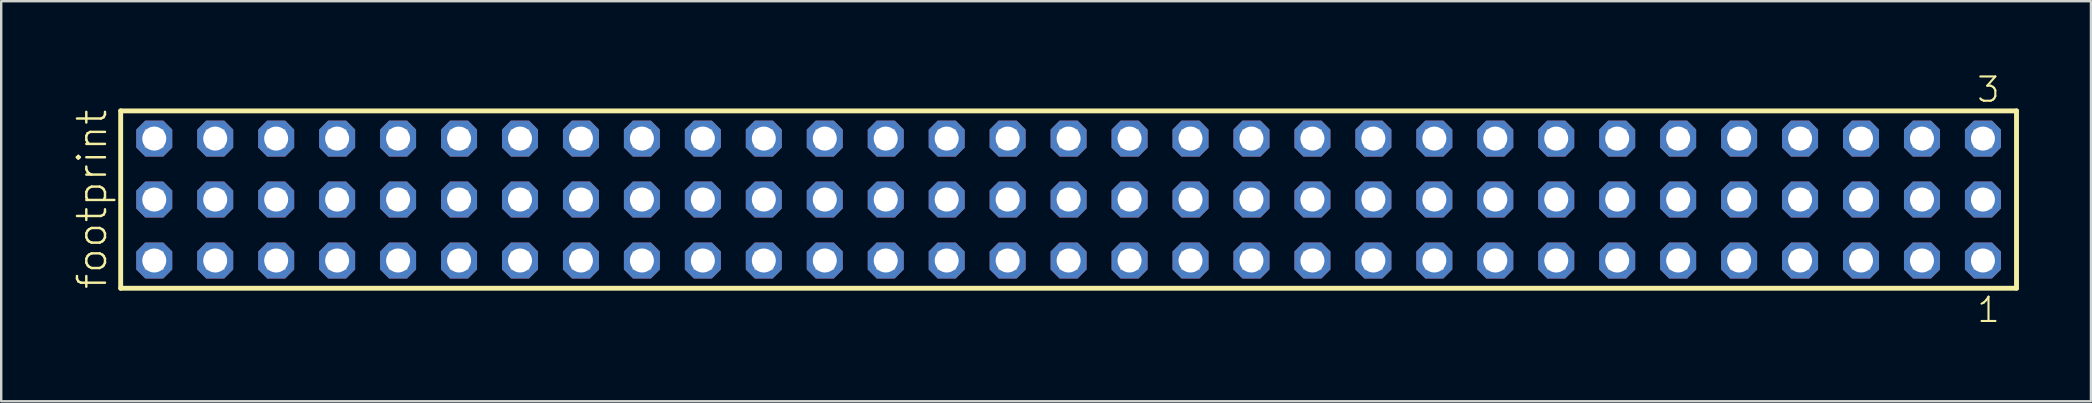
<source format=kicad_pcb>
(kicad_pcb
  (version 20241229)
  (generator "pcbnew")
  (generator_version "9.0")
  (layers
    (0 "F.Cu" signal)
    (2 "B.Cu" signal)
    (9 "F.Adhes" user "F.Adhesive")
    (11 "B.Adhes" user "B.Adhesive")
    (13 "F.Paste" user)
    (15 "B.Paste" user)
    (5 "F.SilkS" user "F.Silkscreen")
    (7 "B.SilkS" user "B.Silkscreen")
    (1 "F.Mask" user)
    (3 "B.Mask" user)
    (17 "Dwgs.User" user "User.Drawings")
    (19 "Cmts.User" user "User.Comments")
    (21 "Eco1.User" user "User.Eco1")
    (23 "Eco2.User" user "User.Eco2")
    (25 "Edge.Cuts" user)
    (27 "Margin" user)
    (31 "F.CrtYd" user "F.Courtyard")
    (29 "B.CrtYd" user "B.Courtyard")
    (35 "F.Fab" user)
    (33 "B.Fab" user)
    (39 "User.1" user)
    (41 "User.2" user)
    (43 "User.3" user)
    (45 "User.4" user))
  (footprint "footprint"
    (layer "F.Cu")
    (at 41.478 5.265)
    (property "Reference" "footprint" (at -40.005 3.81 90) (layer "F.SilkS") (effects (font (size 1.168 1.168) (thickness 0.102)) (justify left bottom)))
    (fp_line (start -39.499 -3.695) (end 39.499 -3.695) (stroke (width 0.203) (type solid)) (layer "F.SilkS"))
    (fp_line (start -39.499 3.695) (end -39.499 -3.695) (stroke (width 0.203) (type solid)) (layer "F.SilkS"))
    (fp_line (start 39.499 -3.695) (end 39.499 3.695) (stroke (width 0.203) (type solid)) (layer "F.SilkS"))
    (fp_line (start 39.499 3.695) (end -39.499 3.695) (stroke (width 0.203) (type solid)) (layer "F.SilkS"))
    (fp_poly (pts (xy -38.45 -2.19) (xy -37.75 -2.19) (xy -37.75 -2.89) (xy -38.45 -2.89)) (stroke (width 0.1) (type solid)) (fill no) (layer "F.Fab"))
    (fp_poly (pts (xy -38.45 0.35) (xy -37.75 0.35) (xy -37.75 -0.35) (xy -38.45 -0.35)) (stroke (width 0.1) (type solid)) (fill no) (layer "F.Fab"))
    (fp_poly (pts (xy -38.45 2.89) (xy -37.75 2.89) (xy -37.75 2.19) (xy -38.45 2.19)) (stroke (width 0.1) (type solid)) (fill no) (layer "F.Fab"))
    (fp_poly (pts (xy -35.91 -2.19) (xy -35.21 -2.19) (xy -35.21 -2.89) (xy -35.91 -2.89)) (stroke (width 0.1) (type solid)) (fill no) (layer "F.Fab"))
    (fp_poly (pts (xy -35.91 0.35) (xy -35.21 0.35) (xy -35.21 -0.35) (xy -35.91 -0.35)) (stroke (width 0.1) (type solid)) (fill no) (layer "F.Fab"))
    (fp_poly (pts (xy -35.91 2.89) (xy -35.21 2.89) (xy -35.21 2.19) (xy -35.91 2.19)) (stroke (width 0.1) (type solid)) (fill no) (layer "F.Fab"))
    (fp_poly (pts (xy -33.37 -2.19) (xy -32.67 -2.19) (xy -32.67 -2.89) (xy -33.37 -2.89)) (stroke (width 0.1) (type solid)) (fill no) (layer "F.Fab"))
    (fp_poly (pts (xy -33.37 0.35) (xy -32.67 0.35) (xy -32.67 -0.35) (xy -33.37 -0.35)) (stroke (width 0.1) (type solid)) (fill no) (layer "F.Fab"))
    (fp_poly (pts (xy -33.37 2.89) (xy -32.67 2.89) (xy -32.67 2.19) (xy -33.37 2.19)) (stroke (width 0.1) (type solid)) (fill no) (layer "F.Fab"))
    (fp_poly (pts (xy -30.83 -2.19) (xy -30.13 -2.19) (xy -30.13 -2.89) (xy -30.83 -2.89)) (stroke (width 0.1) (type solid)) (fill no) (layer "F.Fab"))
    (fp_poly (pts (xy -30.83 0.35) (xy -30.13 0.35) (xy -30.13 -0.35) (xy -30.83 -0.35)) (stroke (width 0.1) (type solid)) (fill no) (layer "F.Fab"))
    (fp_poly (pts (xy -30.83 2.89) (xy -30.13 2.89) (xy -30.13 2.19) (xy -30.83 2.19)) (stroke (width 0.1) (type solid)) (fill no) (layer "F.Fab"))
    (fp_poly (pts (xy -28.29 -2.19) (xy -27.59 -2.19) (xy -27.59 -2.89) (xy -28.29 -2.89)) (stroke (width 0.1) (type solid)) (fill no) (layer "F.Fab"))
    (fp_poly (pts (xy -28.29 0.35) (xy -27.59 0.35) (xy -27.59 -0.35) (xy -28.29 -0.35)) (stroke (width 0.1) (type solid)) (fill no) (layer "F.Fab"))
    (fp_poly (pts (xy -28.29 2.89) (xy -27.59 2.89) (xy -27.59 2.19) (xy -28.29 2.19)) (stroke (width 0.1) (type solid)) (fill no) (layer "F.Fab"))
    (fp_poly (pts (xy -25.75 -2.19) (xy -25.05 -2.19) (xy -25.05 -2.89) (xy -25.75 -2.89)) (stroke (width 0.1) (type solid)) (fill no) (layer "F.Fab"))
    (fp_poly (pts (xy -25.75 0.35) (xy -25.05 0.35) (xy -25.05 -0.35) (xy -25.75 -0.35)) (stroke (width 0.1) (type solid)) (fill no) (layer "F.Fab"))
    (fp_poly (pts (xy -25.75 2.89) (xy -25.05 2.89) (xy -25.05 2.19) (xy -25.75 2.19)) (stroke (width 0.1) (type solid)) (fill no) (layer "F.Fab"))
    (fp_poly (pts (xy -23.21 -2.19) (xy -22.51 -2.19) (xy -22.51 -2.89) (xy -23.21 -2.89)) (stroke (width 0.1) (type solid)) (fill no) (layer "F.Fab"))
    (fp_poly (pts (xy -23.21 0.35) (xy -22.51 0.35) (xy -22.51 -0.35) (xy -23.21 -0.35)) (stroke (width 0.1) (type solid)) (fill no) (layer "F.Fab"))
    (fp_poly (pts (xy -23.21 2.89) (xy -22.51 2.89) (xy -22.51 2.19) (xy -23.21 2.19)) (stroke (width 0.1) (type solid)) (fill no) (layer "F.Fab"))
    (fp_poly (pts (xy -20.67 -2.19) (xy -19.97 -2.19) (xy -19.97 -2.89) (xy -20.67 -2.89)) (stroke (width 0.1) (type solid)) (fill no) (layer "F.Fab"))
    (fp_poly (pts (xy -20.67 0.35) (xy -19.97 0.35) (xy -19.97 -0.35) (xy -20.67 -0.35)) (stroke (width 0.1) (type solid)) (fill no) (layer "F.Fab"))
    (fp_poly (pts (xy -20.67 2.89) (xy -19.97 2.89) (xy -19.97 2.19) (xy -20.67 2.19)) (stroke (width 0.1) (type solid)) (fill no) (layer "F.Fab"))
    (fp_poly (pts (xy -18.13 -2.19) (xy -17.43 -2.19) (xy -17.43 -2.89) (xy -18.13 -2.89)) (stroke (width 0.1) (type solid)) (fill no) (layer "F.Fab"))
    (fp_poly (pts (xy -18.13 0.35) (xy -17.43 0.35) (xy -17.43 -0.35) (xy -18.13 -0.35)) (stroke (width 0.1) (type solid)) (fill no) (layer "F.Fab"))
    (fp_poly (pts (xy -18.13 2.89) (xy -17.43 2.89) (xy -17.43 2.19) (xy -18.13 2.19)) (stroke (width 0.1) (type solid)) (fill no) (layer "F.Fab"))
    (fp_poly (pts (xy -15.59 -2.19) (xy -14.89 -2.19) (xy -14.89 -2.89) (xy -15.59 -2.89)) (stroke (width 0.1) (type solid)) (fill no) (layer "F.Fab"))
    (fp_poly (pts (xy -15.59 0.35) (xy -14.89 0.35) (xy -14.89 -0.35) (xy -15.59 -0.35)) (stroke (width 0.1) (type solid)) (fill no) (layer "F.Fab"))
    (fp_poly (pts (xy -15.59 2.89) (xy -14.89 2.89) (xy -14.89 2.19) (xy -15.59 2.19)) (stroke (width 0.1) (type solid)) (fill no) (layer "F.Fab"))
    (fp_poly (pts (xy -13.05 -2.19) (xy -12.35 -2.19) (xy -12.35 -2.89) (xy -13.05 -2.89)) (stroke (width 0.1) (type solid)) (fill no) (layer "F.Fab"))
    (fp_poly (pts (xy -13.05 0.35) (xy -12.35 0.35) (xy -12.35 -0.35) (xy -13.05 -0.35)) (stroke (width 0.1) (type solid)) (fill no) (layer "F.Fab"))
    (fp_poly (pts (xy -13.05 2.89) (xy -12.35 2.89) (xy -12.35 2.19) (xy -13.05 2.19)) (stroke (width 0.1) (type solid)) (fill no) (layer "F.Fab"))
    (fp_poly (pts (xy -10.51 -2.19) (xy -9.81 -2.19) (xy -9.81 -2.89) (xy -10.51 -2.89)) (stroke (width 0.1) (type solid)) (fill no) (layer "F.Fab"))
    (fp_poly (pts (xy -10.51 0.35) (xy -9.81 0.35) (xy -9.81 -0.35) (xy -10.51 -0.35)) (stroke (width 0.1) (type solid)) (fill no) (layer "F.Fab"))
    (fp_poly (pts (xy -10.51 2.89) (xy -9.81 2.89) (xy -9.81 2.19) (xy -10.51 2.19)) (stroke (width 0.1) (type solid)) (fill no) (layer "F.Fab"))
    (fp_poly (pts (xy -7.97 -2.19) (xy -7.27 -2.19) (xy -7.27 -2.89) (xy -7.97 -2.89)) (stroke (width 0.1) (type solid)) (fill no) (layer "F.Fab"))
    (fp_poly (pts (xy -7.97 0.35) (xy -7.27 0.35) (xy -7.27 -0.35) (xy -7.97 -0.35)) (stroke (width 0.1) (type solid)) (fill no) (layer "F.Fab"))
    (fp_poly (pts (xy -7.97 2.89) (xy -7.27 2.89) (xy -7.27 2.19) (xy -7.97 2.19)) (stroke (width 0.1) (type solid)) (fill no) (layer "F.Fab"))
    (fp_poly (pts (xy -5.43 -2.19) (xy -4.73 -2.19) (xy -4.73 -2.89) (xy -5.43 -2.89)) (stroke (width 0.1) (type solid)) (fill no) (layer "F.Fab"))
    (fp_poly (pts (xy -5.43 0.35) (xy -4.73 0.35) (xy -4.73 -0.35) (xy -5.43 -0.35)) (stroke (width 0.1) (type solid)) (fill no) (layer "F.Fab"))
    (fp_poly (pts (xy -5.43 2.89) (xy -4.73 2.89) (xy -4.73 2.19) (xy -5.43 2.19)) (stroke (width 0.1) (type solid)) (fill no) (layer "F.Fab"))
    (fp_poly (pts (xy -2.89 -2.19) (xy -2.19 -2.19) (xy -2.19 -2.89) (xy -2.89 -2.89)) (stroke (width 0.1) (type solid)) (fill no) (layer "F.Fab"))
    (fp_poly (pts (xy -2.89 0.35) (xy -2.19 0.35) (xy -2.19 -0.35) (xy -2.89 -0.35)) (stroke (width 0.1) (type solid)) (fill no) (layer "F.Fab"))
    (fp_poly (pts (xy -2.89 2.89) (xy -2.19 2.89) (xy -2.19 2.19) (xy -2.89 2.19)) (stroke (width 0.1) (type solid)) (fill no) (layer "F.Fab"))
    (fp_poly (pts (xy -0.35 -2.19) (xy 0.35 -2.19) (xy 0.35 -2.89) (xy -0.35 -2.89)) (stroke (width 0.1) (type solid)) (fill no) (layer "F.Fab"))
    (fp_poly (pts (xy -0.35 0.35) (xy 0.35 0.35) (xy 0.35 -0.35) (xy -0.35 -0.35)) (stroke (width 0.1) (type solid)) (fill no) (layer "F.Fab"))
    (fp_poly (pts (xy -0.35 2.89) (xy 0.35 2.89) (xy 0.35 2.19) (xy -0.35 2.19)) (stroke (width 0.1) (type solid)) (fill no) (layer "F.Fab"))
    (fp_poly (pts (xy 2.19 -2.19) (xy 2.89 -2.19) (xy 2.89 -2.89) (xy 2.19 -2.89)) (stroke (width 0.1) (type solid)) (fill no) (layer "F.Fab"))
    (fp_poly (pts (xy 2.19 0.35) (xy 2.89 0.35) (xy 2.89 -0.35) (xy 2.19 -0.35)) (stroke (width 0.1) (type solid)) (fill no) (layer "F.Fab"))
    (fp_poly (pts (xy 2.19 2.89) (xy 2.89 2.89) (xy 2.89 2.19) (xy 2.19 2.19)) (stroke (width 0.1) (type solid)) (fill no) (layer "F.Fab"))
    (fp_poly (pts (xy 4.73 -2.19) (xy 5.43 -2.19) (xy 5.43 -2.89) (xy 4.73 -2.89)) (stroke (width 0.1) (type solid)) (fill no) (layer "F.Fab"))
    (fp_poly (pts (xy 4.73 0.35) (xy 5.43 0.35) (xy 5.43 -0.35) (xy 4.73 -0.35)) (stroke (width 0.1) (type solid)) (fill no) (layer "F.Fab"))
    (fp_poly (pts (xy 4.73 2.89) (xy 5.43 2.89) (xy 5.43 2.19) (xy 4.73 2.19)) (stroke (width 0.1) (type solid)) (fill no) (layer "F.Fab"))
    (fp_poly (pts (xy 7.27 -2.19) (xy 7.97 -2.19) (xy 7.97 -2.89) (xy 7.27 -2.89)) (stroke (width 0.1) (type solid)) (fill no) (layer "F.Fab"))
    (fp_poly (pts (xy 7.27 0.35) (xy 7.97 0.35) (xy 7.97 -0.35) (xy 7.27 -0.35)) (stroke (width 0.1) (type solid)) (fill no) (layer "F.Fab"))
    (fp_poly (pts (xy 7.27 2.89) (xy 7.97 2.89) (xy 7.97 2.19) (xy 7.27 2.19)) (stroke (width 0.1) (type solid)) (fill no) (layer "F.Fab"))
    (fp_poly (pts (xy 9.81 -2.19) (xy 10.51 -2.19) (xy 10.51 -2.89) (xy 9.81 -2.89)) (stroke (width 0.1) (type solid)) (fill no) (layer "F.Fab"))
    (fp_poly (pts (xy 9.81 0.35) (xy 10.51 0.35) (xy 10.51 -0.35) (xy 9.81 -0.35)) (stroke (width 0.1) (type solid)) (fill no) (layer "F.Fab"))
    (fp_poly (pts (xy 9.81 2.89) (xy 10.51 2.89) (xy 10.51 2.19) (xy 9.81 2.19)) (stroke (width 0.1) (type solid)) (fill no) (layer "F.Fab"))
    (fp_poly (pts (xy 12.35 -2.19) (xy 13.05 -2.19) (xy 13.05 -2.89) (xy 12.35 -2.89)) (stroke (width 0.1) (type solid)) (fill no) (layer "F.Fab"))
    (fp_poly (pts (xy 12.35 0.35) (xy 13.05 0.35) (xy 13.05 -0.35) (xy 12.35 -0.35)) (stroke (width 0.1) (type solid)) (fill no) (layer "F.Fab"))
    (fp_poly (pts (xy 12.35 2.89) (xy 13.05 2.89) (xy 13.05 2.19) (xy 12.35 2.19)) (stroke (width 0.1) (type solid)) (fill no) (layer "F.Fab"))
    (fp_poly (pts (xy 14.89 -2.19) (xy 15.59 -2.19) (xy 15.59 -2.89) (xy 14.89 -2.89)) (stroke (width 0.1) (type solid)) (fill no) (layer "F.Fab"))
    (fp_poly (pts (xy 14.89 0.35) (xy 15.59 0.35) (xy 15.59 -0.35) (xy 14.89 -0.35)) (stroke (width 0.1) (type solid)) (fill no) (layer "F.Fab"))
    (fp_poly (pts (xy 14.89 2.89) (xy 15.59 2.89) (xy 15.59 2.19) (xy 14.89 2.19)) (stroke (width 0.1) (type solid)) (fill no) (layer "F.Fab"))
    (fp_poly (pts (xy 17.43 -2.19) (xy 18.13 -2.19) (xy 18.13 -2.89) (xy 17.43 -2.89)) (stroke (width 0.1) (type solid)) (fill no) (layer "F.Fab"))
    (fp_poly (pts (xy 17.43 0.35) (xy 18.13 0.35) (xy 18.13 -0.35) (xy 17.43 -0.35)) (stroke (width 0.1) (type solid)) (fill no) (layer "F.Fab"))
    (fp_poly (pts (xy 17.43 2.89) (xy 18.13 2.89) (xy 18.13 2.19) (xy 17.43 2.19)) (stroke (width 0.1) (type solid)) (fill no) (layer "F.Fab"))
    (fp_poly (pts (xy 19.97 -2.19) (xy 20.67 -2.19) (xy 20.67 -2.89) (xy 19.97 -2.89)) (stroke (width 0.1) (type solid)) (fill no) (layer "F.Fab"))
    (fp_poly (pts (xy 19.97 0.35) (xy 20.67 0.35) (xy 20.67 -0.35) (xy 19.97 -0.35)) (stroke (width 0.1) (type solid)) (fill no) (layer "F.Fab"))
    (fp_poly (pts (xy 19.97 2.89) (xy 20.67 2.89) (xy 20.67 2.19) (xy 19.97 2.19)) (stroke (width 0.1) (type solid)) (fill no) (layer "F.Fab"))
    (fp_poly (pts (xy 22.51 -2.19) (xy 23.21 -2.19) (xy 23.21 -2.89) (xy 22.51 -2.89)) (stroke (width 0.1) (type solid)) (fill no) (layer "F.Fab"))
    (fp_poly (pts (xy 22.51 0.35) (xy 23.21 0.35) (xy 23.21 -0.35) (xy 22.51 -0.35)) (stroke (width 0.1) (type solid)) (fill no) (layer "F.Fab"))
    (fp_poly (pts (xy 22.51 2.89) (xy 23.21 2.89) (xy 23.21 2.19) (xy 22.51 2.19)) (stroke (width 0.1) (type solid)) (fill no) (layer "F.Fab"))
    (fp_poly (pts (xy 25.05 -2.19) (xy 25.75 -2.19) (xy 25.75 -2.89) (xy 25.05 -2.89)) (stroke (width 0.1) (type solid)) (fill no) (layer "F.Fab"))
    (fp_poly (pts (xy 25.05 0.35) (xy 25.75 0.35) (xy 25.75 -0.35) (xy 25.05 -0.35)) (stroke (width 0.1) (type solid)) (fill no) (layer "F.Fab"))
    (fp_poly (pts (xy 25.05 2.89) (xy 25.75 2.89) (xy 25.75 2.19) (xy 25.05 2.19)) (stroke (width 0.1) (type solid)) (fill no) (layer "F.Fab"))
    (fp_poly (pts (xy 27.59 -2.19) (xy 28.29 -2.19) (xy 28.29 -2.89) (xy 27.59 -2.89)) (stroke (width 0.1) (type solid)) (fill no) (layer "F.Fab"))
    (fp_poly (pts (xy 27.59 0.35) (xy 28.29 0.35) (xy 28.29 -0.35) (xy 27.59 -0.35)) (stroke (width 0.1) (type solid)) (fill no) (layer "F.Fab"))
    (fp_poly (pts (xy 27.59 2.89) (xy 28.29 2.89) (xy 28.29 2.19) (xy 27.59 2.19)) (stroke (width 0.1) (type solid)) (fill no) (layer "F.Fab"))
    (fp_poly (pts (xy 30.13 -2.19) (xy 30.83 -2.19) (xy 30.83 -2.89) (xy 30.13 -2.89)) (stroke (width 0.1) (type solid)) (fill no) (layer "F.Fab"))
    (fp_poly (pts (xy 30.13 0.35) (xy 30.83 0.35) (xy 30.83 -0.35) (xy 30.13 -0.35)) (stroke (width 0.1) (type solid)) (fill no) (layer "F.Fab"))
    (fp_poly (pts (xy 30.13 2.89) (xy 30.83 2.89) (xy 30.83 2.19) (xy 30.13 2.19)) (stroke (width 0.1) (type solid)) (fill no) (layer "F.Fab"))
    (fp_poly (pts (xy 32.67 -2.19) (xy 33.37 -2.19) (xy 33.37 -2.89) (xy 32.67 -2.89)) (stroke (width 0.1) (type solid)) (fill no) (layer "F.Fab"))
    (fp_poly (pts (xy 32.67 0.35) (xy 33.37 0.35) (xy 33.37 -0.35) (xy 32.67 -0.35)) (stroke (width 0.1) (type solid)) (fill no) (layer "F.Fab"))
    (fp_poly (pts (xy 32.67 2.89) (xy 33.37 2.89) (xy 33.37 2.19) (xy 32.67 2.19)) (stroke (width 0.1) (type solid)) (fill no) (layer "F.Fab"))
    (fp_poly (pts (xy 35.21 -2.19) (xy 35.91 -2.19) (xy 35.91 -2.89) (xy 35.21 -2.89)) (stroke (width 0.1) (type solid)) (fill no) (layer "F.Fab"))
    (fp_poly (pts (xy 35.21 0.35) (xy 35.91 0.35) (xy 35.91 -0.35) (xy 35.21 -0.35)) (stroke (width 0.1) (type solid)) (fill no) (layer "F.Fab"))
    (fp_poly (pts (xy 35.21 2.89) (xy 35.91 2.89) (xy 35.91 2.19) (xy 35.21 2.19)) (stroke (width 0.1) (type solid)) (fill no) (layer "F.Fab"))
    (fp_poly (pts (xy 37.75 -2.19) (xy 38.45 -2.19) (xy 38.45 -2.89) (xy 37.75 -2.89)) (stroke (width 0.1) (type solid)) (fill no) (layer "F.Fab"))
    (fp_poly (pts (xy 37.75 0.35) (xy 38.45 0.35) (xy 38.45 -0.35) (xy 37.75 -0.35)) (stroke (width 0.1) (type solid)) (fill no) (layer "F.Fab"))
    (fp_poly (pts (xy 37.75 2.89) (xy 38.45 2.89) (xy 38.45 2.19) (xy 37.75 2.19)) (stroke (width 0.1) (type solid)) (fill no) (layer "F.Fab"))
    (fp_text user "1" (at 37.792 5.188 0) (layer "F.SilkS") (effects (font (size 1.012 1.012) (thickness 0.088)) (justify left bottom)))
    (fp_text user "3" (at 37.788 -3.989 0) (layer "F.SilkS") (effects (font (size 1.012 1.012) (thickness 0.088)) (justify left bottom)))
    (pad "1" thru_hole roundrect (at 38.1 2.54 180) (size 1.5 1.5) (drill 1) (layers "*.Cu" "*.Mask") (roundrect_rratio 0.25) (chamfer_ratio 0.25) (chamfer top_left top_right bottom_left bottom_right))
    (pad "2" thru_hole roundrect (at 38.1 0 180) (size 1.5 1.5) (drill 1) (layers "*.Cu" "*.Mask") (roundrect_rratio 0.25) (chamfer_ratio 0.25) (chamfer top_left top_right bottom_left bottom_right))
    (pad "3" thru_hole roundrect (at 38.1 -2.54 180) (size 1.5 1.5) (drill 1) (layers "*.Cu" "*.Mask") (roundrect_rratio 0.25) (chamfer_ratio 0.25) (chamfer top_left top_right bottom_left bottom_right))
    (pad "4" thru_hole roundrect (at 35.56 2.54 180) (size 1.5 1.5) (drill 1) (layers "*.Cu" "*.Mask") (roundrect_rratio 0.25) (chamfer_ratio 0.25) (chamfer top_left top_right bottom_left bottom_right))
    (pad "5" thru_hole roundrect (at 35.56 0 180) (size 1.5 1.5) (drill 1) (layers "*.Cu" "*.Mask") (roundrect_rratio 0.25) (chamfer_ratio 0.25) (chamfer top_left top_right bottom_left bottom_right))
    (pad "6" thru_hole roundrect (at 35.56 -2.54 180) (size 1.5 1.5) (drill 1) (layers "*.Cu" "*.Mask") (roundrect_rratio 0.25) (chamfer_ratio 0.25) (chamfer top_left top_right bottom_left bottom_right))
    (pad "7" thru_hole roundrect (at 33.02 2.54 180) (size 1.5 1.5) (drill 1) (layers "*.Cu" "*.Mask") (roundrect_rratio 0.25) (chamfer_ratio 0.25) (chamfer top_left top_right bottom_left bottom_right))
    (pad "8" thru_hole roundrect (at 33.02 0 180) (size 1.5 1.5) (drill 1) (layers "*.Cu" "*.Mask") (roundrect_rratio 0.25) (chamfer_ratio 0.25) (chamfer top_left top_right bottom_left bottom_right))
    (pad "9" thru_hole roundrect (at 33.02 -2.54 180) (size 1.5 1.5) (drill 1) (layers "*.Cu" "*.Mask") (roundrect_rratio 0.25) (chamfer_ratio 0.25) (chamfer top_left top_right bottom_left bottom_right))
    (pad "10" thru_hole roundrect (at 30.48 2.54 180) (size 1.5 1.5) (drill 1) (layers "*.Cu" "*.Mask") (roundrect_rratio 0.25) (chamfer_ratio 0.25) (chamfer top_left top_right bottom_left bottom_right))
    (pad "11" thru_hole roundrect (at 30.48 0 180) (size 1.5 1.5) (drill 1) (layers "*.Cu" "*.Mask") (roundrect_rratio 0.25) (chamfer_ratio 0.25) (chamfer top_left top_right bottom_left bottom_right))
    (pad "12" thru_hole roundrect (at 30.48 -2.54 180) (size 1.5 1.5) (drill 1) (layers "*.Cu" "*.Mask") (roundrect_rratio 0.25) (chamfer_ratio 0.25) (chamfer top_left top_right bottom_left bottom_right))
    (pad "13" thru_hole roundrect (at 27.94 2.54 180) (size 1.5 1.5) (drill 1) (layers "*.Cu" "*.Mask") (roundrect_rratio 0.25) (chamfer_ratio 0.25) (chamfer top_left top_right bottom_left bottom_right))
    (pad "14" thru_hole roundrect (at 27.94 0 180) (size 1.5 1.5) (drill 1) (layers "*.Cu" "*.Mask") (roundrect_rratio 0.25) (chamfer_ratio 0.25) (chamfer top_left top_right bottom_left bottom_right))
    (pad "15" thru_hole roundrect (at 27.94 -2.54 180) (size 1.5 1.5) (drill 1) (layers "*.Cu" "*.Mask") (roundrect_rratio 0.25) (chamfer_ratio 0.25) (chamfer top_left top_right bottom_left bottom_right))
    (pad "16" thru_hole roundrect (at 25.4 2.54 180) (size 1.5 1.5) (drill 1) (layers "*.Cu" "*.Mask") (roundrect_rratio 0.25) (chamfer_ratio 0.25) (chamfer top_left top_right bottom_left bottom_right))
    (pad "17" thru_hole roundrect (at 25.4 0 180) (size 1.5 1.5) (drill 1) (layers "*.Cu" "*.Mask") (roundrect_rratio 0.25) (chamfer_ratio 0.25) (chamfer top_left top_right bottom_left bottom_right))
    (pad "18" thru_hole roundrect (at 25.4 -2.54 180) (size 1.5 1.5) (drill 1) (layers "*.Cu" "*.Mask") (roundrect_rratio 0.25) (chamfer_ratio 0.25) (chamfer top_left top_right bottom_left bottom_right))
    (pad "19" thru_hole roundrect (at 22.86 2.54 180) (size 1.5 1.5) (drill 1) (layers "*.Cu" "*.Mask") (roundrect_rratio 0.25) (chamfer_ratio 0.25) (chamfer top_left top_right bottom_left bottom_right))
    (pad "20" thru_hole roundrect (at 22.86 0 180) (size 1.5 1.5) (drill 1) (layers "*.Cu" "*.Mask") (roundrect_rratio 0.25) (chamfer_ratio 0.25) (chamfer top_left top_right bottom_left bottom_right))
    (pad "21" thru_hole roundrect (at 22.86 -2.54 180) (size 1.5 1.5) (drill 1) (layers "*.Cu" "*.Mask") (roundrect_rratio 0.25) (chamfer_ratio 0.25) (chamfer top_left top_right bottom_left bottom_right))
    (pad "22" thru_hole roundrect (at 20.32 2.54 180) (size 1.5 1.5) (drill 1) (layers "*.Cu" "*.Mask") (roundrect_rratio 0.25) (chamfer_ratio 0.25) (chamfer top_left top_right bottom_left bottom_right))
    (pad "23" thru_hole roundrect (at 20.32 0 180) (size 1.5 1.5) (drill 1) (layers "*.Cu" "*.Mask") (roundrect_rratio 0.25) (chamfer_ratio 0.25) (chamfer top_left top_right bottom_left bottom_right))
    (pad "24" thru_hole roundrect (at 20.32 -2.54 180) (size 1.5 1.5) (drill 1) (layers "*.Cu" "*.Mask") (roundrect_rratio 0.25) (chamfer_ratio 0.25) (chamfer top_left top_right bottom_left bottom_right))
    (pad "25" thru_hole roundrect (at 17.78 2.54 180) (size 1.5 1.5) (drill 1) (layers "*.Cu" "*.Mask") (roundrect_rratio 0.25) (chamfer_ratio 0.25) (chamfer top_left top_right bottom_left bottom_right))
    (pad "26" thru_hole roundrect (at 17.78 0 180) (size 1.5 1.5) (drill 1) (layers "*.Cu" "*.Mask") (roundrect_rratio 0.25) (chamfer_ratio 0.25) (chamfer top_left top_right bottom_left bottom_right))
    (pad "27" thru_hole roundrect (at 17.78 -2.54 180) (size 1.5 1.5) (drill 1) (layers "*.Cu" "*.Mask") (roundrect_rratio 0.25) (chamfer_ratio 0.25) (chamfer top_left top_right bottom_left bottom_right))
    (pad "28" thru_hole roundrect (at 15.24 2.54 180) (size 1.5 1.5) (drill 1) (layers "*.Cu" "*.Mask") (roundrect_rratio 0.25) (chamfer_ratio 0.25) (chamfer top_left top_right bottom_left bottom_right))
    (pad "29" thru_hole roundrect (at 15.24 0 180) (size 1.5 1.5) (drill 1) (layers "*.Cu" "*.Mask") (roundrect_rratio 0.25) (chamfer_ratio 0.25) (chamfer top_left top_right bottom_left bottom_right))
    (pad "30" thru_hole roundrect (at 15.24 -2.54 180) (size 1.5 1.5) (drill 1) (layers "*.Cu" "*.Mask") (roundrect_rratio 0.25) (chamfer_ratio 0.25) (chamfer top_left top_right bottom_left bottom_right))
    (pad "31" thru_hole roundrect (at 12.7 2.54 180) (size 1.5 1.5) (drill 1) (layers "*.Cu" "*.Mask") (roundrect_rratio 0.25) (chamfer_ratio 0.25) (chamfer top_left top_right bottom_left bottom_right))
    (pad "32" thru_hole roundrect (at 12.7 0 180) (size 1.5 1.5) (drill 1) (layers "*.Cu" "*.Mask") (roundrect_rratio 0.25) (chamfer_ratio 0.25) (chamfer top_left top_right bottom_left bottom_right))
    (pad "33" thru_hole roundrect (at 12.7 -2.54 180) (size 1.5 1.5) (drill 1) (layers "*.Cu" "*.Mask") (roundrect_rratio 0.25) (chamfer_ratio 0.25) (chamfer top_left top_right bottom_left bottom_right))
    (pad "34" thru_hole roundrect (at 10.16 2.54 180) (size 1.5 1.5) (drill 1) (layers "*.Cu" "*.Mask") (roundrect_rratio 0.25) (chamfer_ratio 0.25) (chamfer top_left top_right bottom_left bottom_right))
    (pad "35" thru_hole roundrect (at 10.16 0 180) (size 1.5 1.5) (drill 1) (layers "*.Cu" "*.Mask") (roundrect_rratio 0.25) (chamfer_ratio 0.25) (chamfer top_left top_right bottom_left bottom_right))
    (pad "36" thru_hole roundrect (at 10.16 -2.54 180) (size 1.5 1.5) (drill 1) (layers "*.Cu" "*.Mask") (roundrect_rratio 0.25) (chamfer_ratio 0.25) (chamfer top_left top_right bottom_left bottom_right))
    (pad "37" thru_hole roundrect (at 7.62 2.54 180) (size 1.5 1.5) (drill 1) (layers "*.Cu" "*.Mask") (roundrect_rratio 0.25) (chamfer_ratio 0.25) (chamfer top_left top_right bottom_left bottom_right))
    (pad "38" thru_hole roundrect (at 7.62 0 180) (size 1.5 1.5) (drill 1) (layers "*.Cu" "*.Mask") (roundrect_rratio 0.25) (chamfer_ratio 0.25) (chamfer top_left top_right bottom_left bottom_right))
    (pad "39" thru_hole roundrect (at 7.62 -2.54 180) (size 1.5 1.5) (drill 1) (layers "*.Cu" "*.Mask") (roundrect_rratio 0.25) (chamfer_ratio 0.25) (chamfer top_left top_right bottom_left bottom_right))
    (pad "40" thru_hole roundrect (at 5.08 2.54 180) (size 1.5 1.5) (drill 1) (layers "*.Cu" "*.Mask") (roundrect_rratio 0.25) (chamfer_ratio 0.25) (chamfer top_left top_right bottom_left bottom_right))
    (pad "41" thru_hole roundrect (at 5.08 0 180) (size 1.5 1.5) (drill 1) (layers "*.Cu" "*.Mask") (roundrect_rratio 0.25) (chamfer_ratio 0.25) (chamfer top_left top_right bottom_left bottom_right))
    (pad "42" thru_hole roundrect (at 5.08 -2.54 180) (size 1.5 1.5) (drill 1) (layers "*.Cu" "*.Mask") (roundrect_rratio 0.25) (chamfer_ratio 0.25) (chamfer top_left top_right bottom_left bottom_right))
    (pad "43" thru_hole roundrect (at 2.54 2.54 180) (size 1.5 1.5) (drill 1) (layers "*.Cu" "*.Mask") (roundrect_rratio 0.25) (chamfer_ratio 0.25) (chamfer top_left top_right bottom_left bottom_right))
    (pad "44" thru_hole roundrect (at 2.54 0 180) (size 1.5 1.5) (drill 1) (layers "*.Cu" "*.Mask") (roundrect_rratio 0.25) (chamfer_ratio 0.25) (chamfer top_left top_right bottom_left bottom_right))
    (pad "45" thru_hole roundrect (at 2.54 -2.54 180) (size 1.5 1.5) (drill 1) (layers "*.Cu" "*.Mask") (roundrect_rratio 0.25) (chamfer_ratio 0.25) (chamfer top_left top_right bottom_left bottom_right))
    (pad "46" thru_hole roundrect (at 0 2.54 180) (size 1.5 1.5) (drill 1) (layers "*.Cu" "*.Mask") (roundrect_rratio 0.25) (chamfer_ratio 0.25) (chamfer top_left top_right bottom_left bottom_right))
    (pad "47" thru_hole roundrect (at 0 0 180) (size 1.5 1.5) (drill 1) (layers "*.Cu" "*.Mask") (roundrect_rratio 0.25) (chamfer_ratio 0.25) (chamfer top_left top_right bottom_left bottom_right))
    (pad "48" thru_hole roundrect (at 0 -2.54 180) (size 1.5 1.5) (drill 1) (layers "*.Cu" "*.Mask") (roundrect_rratio 0.25) (chamfer_ratio 0.25) (chamfer top_left top_right bottom_left bottom_right))
    (pad "49" thru_hole roundrect (at -2.54 2.54 180) (size 1.5 1.5) (drill 1) (layers "*.Cu" "*.Mask") (roundrect_rratio 0.25) (chamfer_ratio 0.25) (chamfer top_left top_right bottom_left bottom_right))
    (pad "50" thru_hole roundrect (at -2.54 0 180) (size 1.5 1.5) (drill 1) (layers "*.Cu" "*.Mask") (roundrect_rratio 0.25) (chamfer_ratio 0.25) (chamfer top_left top_right bottom_left bottom_right))
    (pad "51" thru_hole roundrect (at -2.54 -2.54 180) (size 1.5 1.5) (drill 1) (layers "*.Cu" "*.Mask") (roundrect_rratio 0.25) (chamfer_ratio 0.25) (chamfer top_left top_right bottom_left bottom_right))
    (pad "52" thru_hole roundrect (at -5.08 2.54 180) (size 1.5 1.5) (drill 1) (layers "*.Cu" "*.Mask") (roundrect_rratio 0.25) (chamfer_ratio 0.25) (chamfer top_left top_right bottom_left bottom_right))
    (pad "53" thru_hole roundrect (at -5.08 0 180) (size 1.5 1.5) (drill 1) (layers "*.Cu" "*.Mask") (roundrect_rratio 0.25) (chamfer_ratio 0.25) (chamfer top_left top_right bottom_left bottom_right))
    (pad "54" thru_hole roundrect (at -5.08 -2.54 180) (size 1.5 1.5) (drill 1) (layers "*.Cu" "*.Mask") (roundrect_rratio 0.25) (chamfer_ratio 0.25) (chamfer top_left top_right bottom_left bottom_right))
    (pad "55" thru_hole roundrect (at -7.62 2.54 180) (size 1.5 1.5) (drill 1) (layers "*.Cu" "*.Mask") (roundrect_rratio 0.25) (chamfer_ratio 0.25) (chamfer top_left top_right bottom_left bottom_right))
    (pad "56" thru_hole roundrect (at -7.62 0 180) (size 1.5 1.5) (drill 1) (layers "*.Cu" "*.Mask") (roundrect_rratio 0.25) (chamfer_ratio 0.25) (chamfer top_left top_right bottom_left bottom_right))
    (pad "57" thru_hole roundrect (at -7.62 -2.54 180) (size 1.5 1.5) (drill 1) (layers "*.Cu" "*.Mask") (roundrect_rratio 0.25) (chamfer_ratio 0.25) (chamfer top_left top_right bottom_left bottom_right))
    (pad "58" thru_hole roundrect (at -10.16 2.54 180) (size 1.5 1.5) (drill 1) (layers "*.Cu" "*.Mask") (roundrect_rratio 0.25) (chamfer_ratio 0.25) (chamfer top_left top_right bottom_left bottom_right))
    (pad "59" thru_hole roundrect (at -10.16 0 180) (size 1.5 1.5) (drill 1) (layers "*.Cu" "*.Mask") (roundrect_rratio 0.25) (chamfer_ratio 0.25) (chamfer top_left top_right bottom_left bottom_right))
    (pad "60" thru_hole roundrect (at -10.16 -2.54 180) (size 1.5 1.5) (drill 1) (layers "*.Cu" "*.Mask") (roundrect_rratio 0.25) (chamfer_ratio 0.25) (chamfer top_left top_right bottom_left bottom_right))
    (pad "61" thru_hole roundrect (at -12.7 2.54 180) (size 1.5 1.5) (drill 1) (layers "*.Cu" "*.Mask") (roundrect_rratio 0.25) (chamfer_ratio 0.25) (chamfer top_left top_right bottom_left bottom_right))
    (pad "62" thru_hole roundrect (at -12.7 0 180) (size 1.5 1.5) (drill 1) (layers "*.Cu" "*.Mask") (roundrect_rratio 0.25) (chamfer_ratio 0.25) (chamfer top_left top_right bottom_left bottom_right))
    (pad "63" thru_hole roundrect (at -12.7 -2.54 180) (size 1.5 1.5) (drill 1) (layers "*.Cu" "*.Mask") (roundrect_rratio 0.25) (chamfer_ratio 0.25) (chamfer top_left top_right bottom_left bottom_right))
    (pad "64" thru_hole roundrect (at -15.24 2.54 180) (size 1.5 1.5) (drill 1) (layers "*.Cu" "*.Mask") (roundrect_rratio 0.25) (chamfer_ratio 0.25) (chamfer top_left top_right bottom_left bottom_right))
    (pad "65" thru_hole roundrect (at -15.24 0 180) (size 1.5 1.5) (drill 1) (layers "*.Cu" "*.Mask") (roundrect_rratio 0.25) (chamfer_ratio 0.25) (chamfer top_left top_right bottom_left bottom_right))
    (pad "66" thru_hole roundrect (at -15.24 -2.54 180) (size 1.5 1.5) (drill 1) (layers "*.Cu" "*.Mask") (roundrect_rratio 0.25) (chamfer_ratio 0.25) (chamfer top_left top_right bottom_left bottom_right))
    (pad "67" thru_hole roundrect (at -17.78 2.54 180) (size 1.5 1.5) (drill 1) (layers "*.Cu" "*.Mask") (roundrect_rratio 0.25) (chamfer_ratio 0.25) (chamfer top_left top_right bottom_left bottom_right))
    (pad "68" thru_hole roundrect (at -17.78 0 180) (size 1.5 1.5) (drill 1) (layers "*.Cu" "*.Mask") (roundrect_rratio 0.25) (chamfer_ratio 0.25) (chamfer top_left top_right bottom_left bottom_right))
    (pad "69" thru_hole roundrect (at -17.78 -2.54 180) (size 1.5 1.5) (drill 1) (layers "*.Cu" "*.Mask") (roundrect_rratio 0.25) (chamfer_ratio 0.25) (chamfer top_left top_right bottom_left bottom_right))
    (pad "70" thru_hole roundrect (at -20.32 2.54 180) (size 1.5 1.5) (drill 1) (layers "*.Cu" "*.Mask") (roundrect_rratio 0.25) (chamfer_ratio 0.25) (chamfer top_left top_right bottom_left bottom_right))
    (pad "71" thru_hole roundrect (at -20.32 0 180) (size 1.5 1.5) (drill 1) (layers "*.Cu" "*.Mask") (roundrect_rratio 0.25) (chamfer_ratio 0.25) (chamfer top_left top_right bottom_left bottom_right))
    (pad "72" thru_hole roundrect (at -20.32 -2.54 180) (size 1.5 1.5) (drill 1) (layers "*.Cu" "*.Mask") (roundrect_rratio 0.25) (chamfer_ratio 0.25) (chamfer top_left top_right bottom_left bottom_right))
    (pad "73" thru_hole roundrect (at -22.86 2.54 180) (size 1.5 1.5) (drill 1) (layers "*.Cu" "*.Mask") (roundrect_rratio 0.25) (chamfer_ratio 0.25) (chamfer top_left top_right bottom_left bottom_right))
    (pad "74" thru_hole roundrect (at -22.86 0 180) (size 1.5 1.5) (drill 1) (layers "*.Cu" "*.Mask") (roundrect_rratio 0.25) (chamfer_ratio 0.25) (chamfer top_left top_right bottom_left bottom_right))
    (pad "75" thru_hole roundrect (at -22.86 -2.54 180) (size 1.5 1.5) (drill 1) (layers "*.Cu" "*.Mask") (roundrect_rratio 0.25) (chamfer_ratio 0.25) (chamfer top_left top_right bottom_left bottom_right))
    (pad "76" thru_hole roundrect (at -25.4 2.54 180) (size 1.5 1.5) (drill 1) (layers "*.Cu" "*.Mask") (roundrect_rratio 0.25) (chamfer_ratio 0.25) (chamfer top_left top_right bottom_left bottom_right))
    (pad "77" thru_hole roundrect (at -25.4 0 180) (size 1.5 1.5) (drill 1) (layers "*.Cu" "*.Mask") (roundrect_rratio 0.25) (chamfer_ratio 0.25) (chamfer top_left top_right bottom_left bottom_right))
    (pad "78" thru_hole roundrect (at -25.4 -2.54 180) (size 1.5 1.5) (drill 1) (layers "*.Cu" "*.Mask") (roundrect_rratio 0.25) (chamfer_ratio 0.25) (chamfer top_left top_right bottom_left bottom_right))
    (pad "79" thru_hole roundrect (at -27.94 2.54 180) (size 1.5 1.5) (drill 1) (layers "*.Cu" "*.Mask") (roundrect_rratio 0.25) (chamfer_ratio 0.25) (chamfer top_left top_right bottom_left bottom_right))
    (pad "80" thru_hole roundrect (at -27.94 0 180) (size 1.5 1.5) (drill 1) (layers "*.Cu" "*.Mask") (roundrect_rratio 0.25) (chamfer_ratio 0.25) (chamfer top_left top_right bottom_left bottom_right))
    (pad "81" thru_hole roundrect (at -27.94 -2.54 180) (size 1.5 1.5) (drill 1) (layers "*.Cu" "*.Mask") (roundrect_rratio 0.25) (chamfer_ratio 0.25) (chamfer top_left top_right bottom_left bottom_right))
    (pad "82" thru_hole roundrect (at -30.48 2.54 180) (size 1.5 1.5) (drill 1) (layers "*.Cu" "*.Mask") (roundrect_rratio 0.25) (chamfer_ratio 0.25) (chamfer top_left top_right bottom_left bottom_right))
    (pad "83" thru_hole roundrect (at -30.48 0 180) (size 1.5 1.5) (drill 1) (layers "*.Cu" "*.Mask") (roundrect_rratio 0.25) (chamfer_ratio 0.25) (chamfer top_left top_right bottom_left bottom_right))
    (pad "84" thru_hole roundrect (at -30.48 -2.54 180) (size 1.5 1.5) (drill 1) (layers "*.Cu" "*.Mask") (roundrect_rratio 0.25) (chamfer_ratio 0.25) (chamfer top_left top_right bottom_left bottom_right))
    (pad "85" thru_hole roundrect (at -33.02 2.54 180) (size 1.5 1.5) (drill 1) (layers "*.Cu" "*.Mask") (roundrect_rratio 0.25) (chamfer_ratio 0.25) (chamfer top_left top_right bottom_left bottom_right))
    (pad "86" thru_hole roundrect (at -33.02 0 180) (size 1.5 1.5) (drill 1) (layers "*.Cu" "*.Mask") (roundrect_rratio 0.25) (chamfer_ratio 0.25) (chamfer top_left top_right bottom_left bottom_right))
    (pad "87" thru_hole roundrect (at -33.02 -2.54 180) (size 1.5 1.5) (drill 1) (layers "*.Cu" "*.Mask") (roundrect_rratio 0.25) (chamfer_ratio 0.25) (chamfer top_left top_right bottom_left bottom_right))
    (pad "88" thru_hole roundrect (at -35.56 2.54 180) (size 1.5 1.5) (drill 1) (layers "*.Cu" "*.Mask") (roundrect_rratio 0.25) (chamfer_ratio 0.25) (chamfer top_left top_right bottom_left bottom_right))
    (pad "89" thru_hole roundrect (at -35.56 0 180) (size 1.5 1.5) (drill 1) (layers "*.Cu" "*.Mask") (roundrect_rratio 0.25) (chamfer_ratio 0.25) (chamfer top_left top_right bottom_left bottom_right))
    (pad "90" thru_hole roundrect (at -35.56 -2.54 180) (size 1.5 1.5) (drill 1) (layers "*.Cu" "*.Mask") (roundrect_rratio 0.25) (chamfer_ratio 0.25) (chamfer top_left top_right bottom_left bottom_right))
    (pad "91" thru_hole roundrect (at -38.1 2.54 180) (size 1.5 1.5) (drill 1) (layers "*.Cu" "*.Mask") (roundrect_rratio 0.25) (chamfer_ratio 0.25) (chamfer top_left top_right bottom_left bottom_right))
    (pad "92" thru_hole roundrect (at -38.1 0 180) (size 1.5 1.5) (drill 1) (layers "*.Cu" "*.Mask") (roundrect_rratio 0.25) (chamfer_ratio 0.25) (chamfer top_left top_right bottom_left bottom_right))
    (pad "93" thru_hole roundrect (at -38.1 -2.54 180) (size 1.5 1.5) (drill 1) (layers "*.Cu" "*.Mask") (roundrect_rratio 0.25) (chamfer_ratio 0.25) (chamfer top_left top_right bottom_left bottom_right)))
  (gr_rect
    (start -3 -3)
    (end 84.079 13.67)
    (stroke (width 0.1) (type default))
    (fill no)
    (layer "Edge.Cuts")))
</source>
